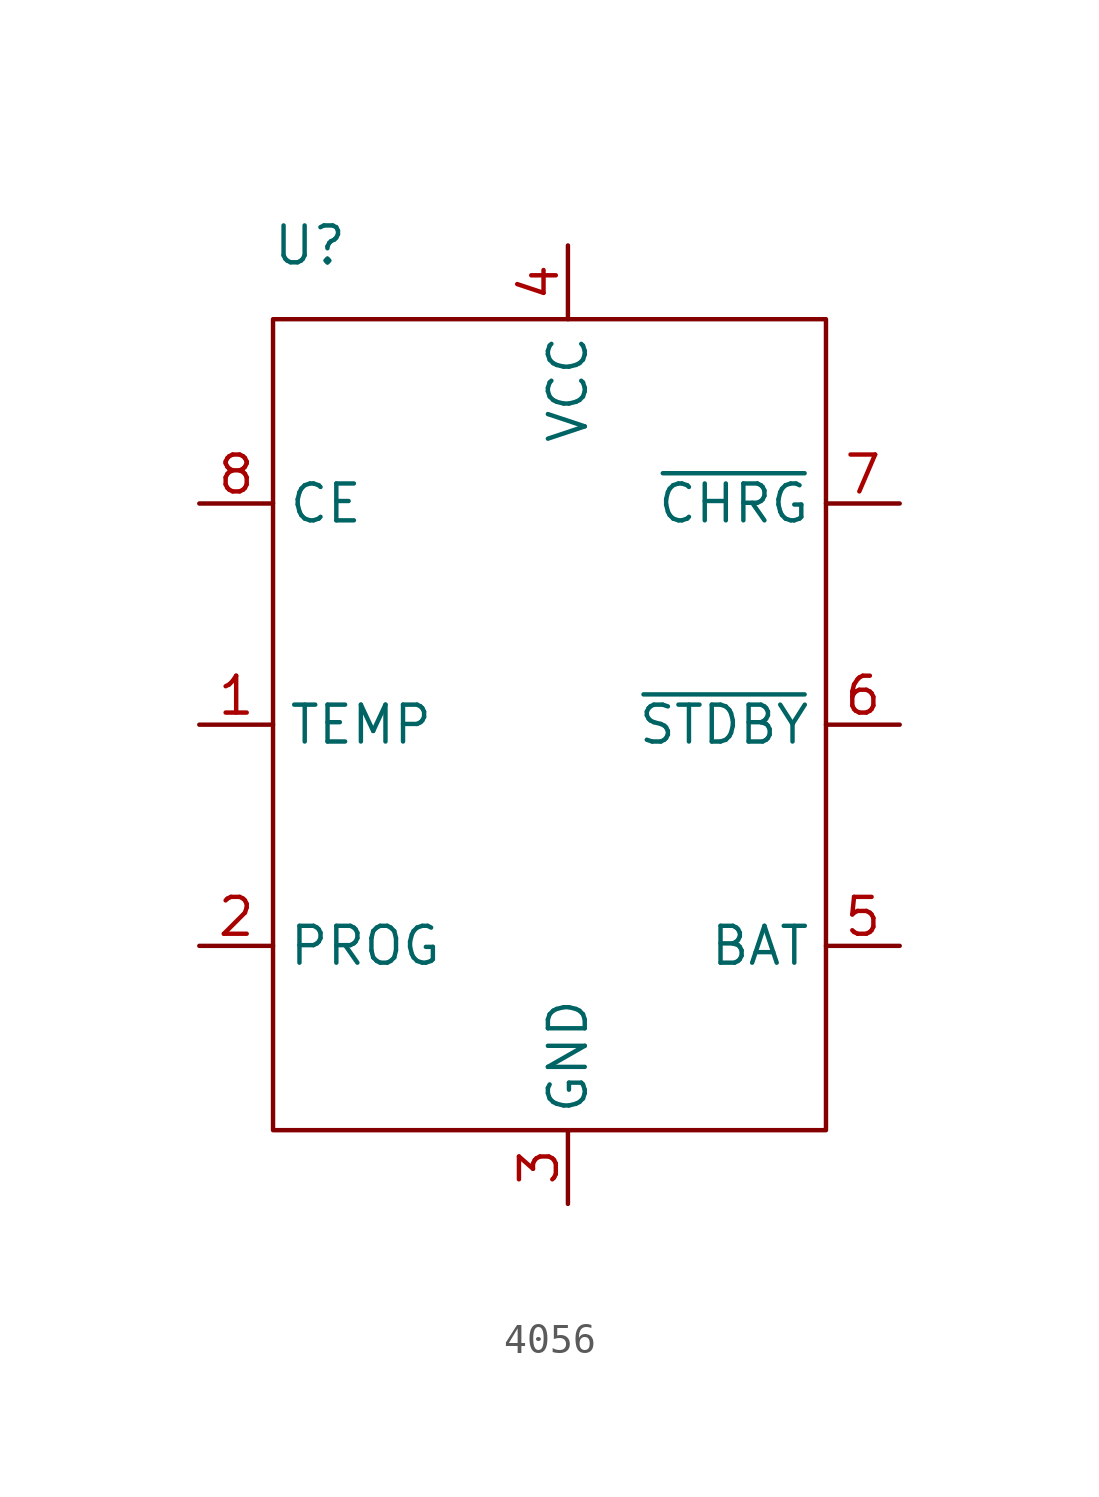
<source format=kicad_sym>
(kicad_symbol_lib
  (version 20220914)
  (generator kicad_symbol_editor)
  (symbol "4056"
    (property "Reference" "U"
      (at -8.89 16.51 0)
      (effects (font (size 1.27 1.27))))
    (property "Value" ""
      (at 0 15.24 0)
      (effects (font (size 1.27 1.27))))
    (symbol "4056_0_1"
      (rectangle (start -10.16 13.97) (end 8.89 -13.97) (stroke (width 0) (type default)) (fill (type none))))
    (symbol "4056_1_1"
      (pin input line (at -12.7 0 0) (length 2.54) (name "TEMP" (effects (font (size 1.27 1.27)))) (number "1" (effects (font (size 1.27 1.27)))))
      (pin input line (at -12.7 -7.62 0) (length 2.54) (name "PROG" (effects (font (size 1.27 1.27)))) (number "2" (effects (font (size 1.27 1.27)))))
      (pin power_in line (at 0 -16.51 90) (length 2.54) (name "GND" (effects (font (size 1.27 1.27)))) (number "3" (effects (font (size 1.27 1.27)))))
      (pin power_in line (at 0 16.51 270) (length 2.54) (name "VCC" (effects (font (size 1.27 1.27)))) (number "4" (effects (font (size 1.27 1.27)))))
      (pin power_out line (at 11.43 -7.62 180) (length 2.54) (name "BAT" (effects (font (size 1.27 1.27)))) (number "5" (effects (font (size 1.27 1.27)))))
      (pin output line (at 11.43 0 180) (length 2.54) (name "~{STDBY}" (effects (font (size 1.27 1.27)))) (number "6" (effects (font (size 1.27 1.27)))))
      (pin output line (at 11.43 7.62 180) (length 2.54) (name "~{CHRG}" (effects (font (size 1.27 1.27)))) (number "7" (effects (font (size 1.27 1.27)))))
      (pin input line (at -12.7 7.62 0) (length 2.54) (name "CE" (effects (font (size 1.27 1.27)))) (number "8" (effects (font (size 1.27 1.27))))))))
</source>
